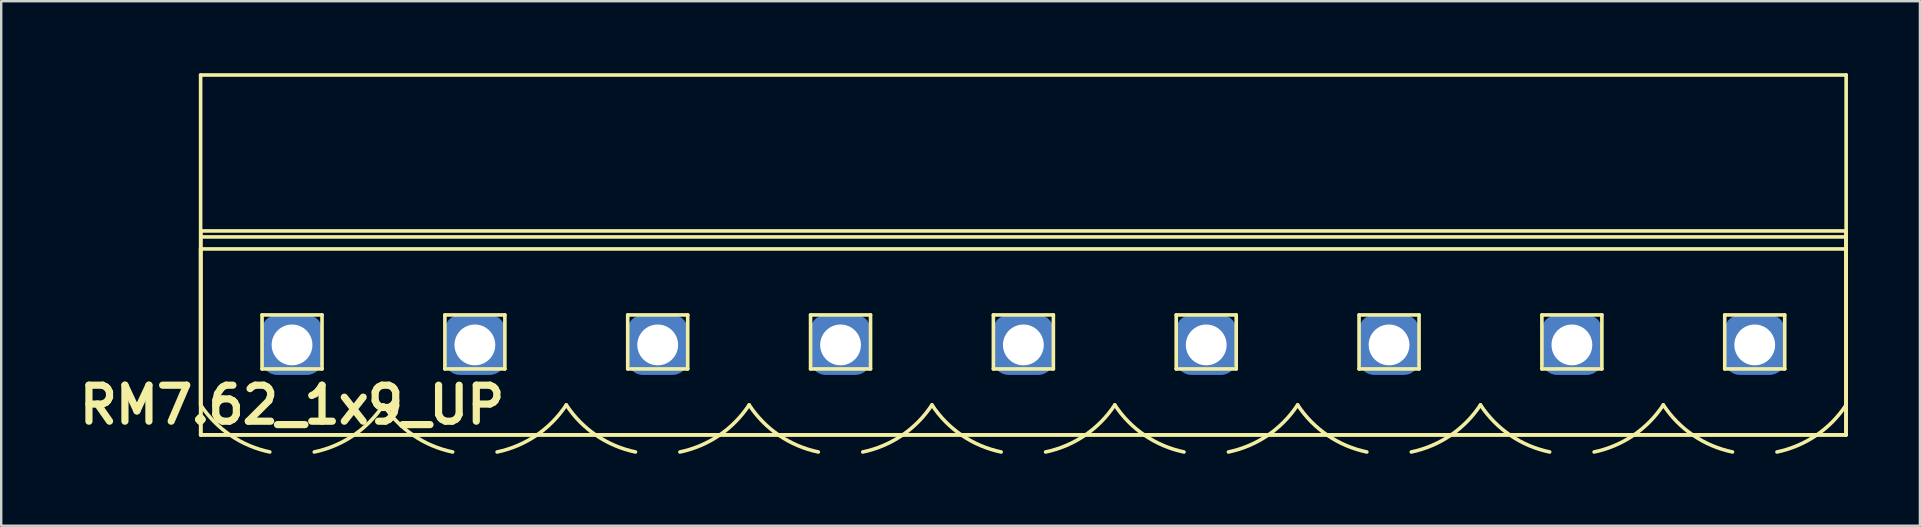
<source format=kicad_pcb>
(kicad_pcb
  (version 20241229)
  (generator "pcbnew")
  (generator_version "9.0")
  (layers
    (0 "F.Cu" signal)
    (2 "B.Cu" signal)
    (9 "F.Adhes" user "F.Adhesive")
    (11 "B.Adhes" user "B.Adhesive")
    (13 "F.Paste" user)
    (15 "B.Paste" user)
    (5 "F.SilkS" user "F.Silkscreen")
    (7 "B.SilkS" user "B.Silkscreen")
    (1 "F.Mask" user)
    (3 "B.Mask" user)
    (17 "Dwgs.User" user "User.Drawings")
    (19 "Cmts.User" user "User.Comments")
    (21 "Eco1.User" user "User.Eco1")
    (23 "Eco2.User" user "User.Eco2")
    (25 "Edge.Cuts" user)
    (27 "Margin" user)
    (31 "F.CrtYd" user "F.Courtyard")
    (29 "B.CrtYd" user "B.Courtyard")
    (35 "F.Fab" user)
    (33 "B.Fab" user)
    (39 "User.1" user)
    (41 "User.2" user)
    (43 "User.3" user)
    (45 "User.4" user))
  (footprint "RM7.62_1x9_UP"
    (layer "F.Cu")
    (at 9.121 11.325)
    (property "Reference" "RM7.62_1x9_UP" (at 0 2.5 0) (layer "F.SilkS") (effects (font (size 1.5 1.5) (thickness 0.3))))
    (attr through_hole)
    (fp_line (start -3.81 -11.25) (end -3.81 3.75) (stroke (width 0.15) (type solid)) (layer "F.SilkS"))
    (fp_line (start -3.81 -4) (end -3.81 2.5) (stroke (width 0.15) (type solid)) (layer "F.SilkS"))
    (fp_line (start -3.81 -4) (end 64.77 -4) (stroke (width 0.15) (type solid)) (layer "F.SilkS"))
    (fp_line (start -3.81 3.75) (end 64.77 3.75) (stroke (width 0.15) (type solid)) (layer "F.SilkS"))
    (fp_line (start -3.8 -4.75) (end -3.8 3.75) (stroke (width 0.15) (type solid)) (layer "F.SilkS"))
    (fp_line (start -3.8 -4.5) (end 64.76 -4.5) (stroke (width 0.15) (type solid)) (layer "F.SilkS"))
    (fp_line (start -3.8 3.75) (end 64.76 3.75) (stroke (width 0.15) (type solid)) (layer "F.SilkS"))
    (fp_line (start -1.25 -1.25) (end -1.25 1) (stroke (width 0.15) (type solid)) (layer "F.SilkS"))
    (fp_line (start -1.25 1) (end 1.25 1) (stroke (width 0.15) (type solid)) (layer "F.SilkS"))
    (fp_line (start 1.25 -1.25) (end -1.25 -1.25) (stroke (width 0.15) (type solid)) (layer "F.SilkS"))
    (fp_line (start 1.25 1) (end 1.25 -1.25) (stroke (width 0.15) (type solid)) (layer "F.SilkS"))
    (fp_line (start 6.37 -1.25) (end 6.37 1) (stroke (width 0.15) (type solid)) (layer "F.SilkS"))
    (fp_line (start 6.37 1) (end 8.87 1) (stroke (width 0.15) (type solid)) (layer "F.SilkS"))
    (fp_line (start 8.87 -1.25) (end 6.37 -1.25) (stroke (width 0.15) (type solid)) (layer "F.SilkS"))
    (fp_line (start 8.87 1) (end 8.87 -1.25) (stroke (width 0.15) (type solid)) (layer "F.SilkS"))
    (fp_line (start 13.99 -1.25) (end 13.99 1) (stroke (width 0.15) (type solid)) (layer "F.SilkS"))
    (fp_line (start 13.99 1) (end 16.49 1) (stroke (width 0.15) (type solid)) (layer "F.SilkS"))
    (fp_line (start 16.49 -1.25) (end 13.99 -1.25) (stroke (width 0.15) (type solid)) (layer "F.SilkS"))
    (fp_line (start 16.49 1) (end 16.49 -1.25) (stroke (width 0.15) (type solid)) (layer "F.SilkS"))
    (fp_line (start 21.61 -1.25) (end 21.61 1) (stroke (width 0.15) (type solid)) (layer "F.SilkS"))
    (fp_line (start 21.61 1) (end 24.11 1) (stroke (width 0.15) (type solid)) (layer "F.SilkS"))
    (fp_line (start 24.11 -1.25) (end 21.61 -1.25) (stroke (width 0.15) (type solid)) (layer "F.SilkS"))
    (fp_line (start 24.11 1) (end 24.11 -1.25) (stroke (width 0.15) (type solid)) (layer "F.SilkS"))
    (fp_line (start 29.23 -1.25) (end 29.23 1) (stroke (width 0.15) (type solid)) (layer "F.SilkS"))
    (fp_line (start 29.23 1) (end 31.73 1) (stroke (width 0.15) (type solid)) (layer "F.SilkS"))
    (fp_line (start 31.73 -1.25) (end 29.23 -1.25) (stroke (width 0.15) (type solid)) (layer "F.SilkS"))
    (fp_line (start 31.73 1) (end 31.73 -1.25) (stroke (width 0.15) (type solid)) (layer "F.SilkS"))
    (fp_line (start 36.85 -1.25) (end 36.85 1) (stroke (width 0.15) (type solid)) (layer "F.SilkS"))
    (fp_line (start 36.85 1) (end 39.35 1) (stroke (width 0.15) (type solid)) (layer "F.SilkS"))
    (fp_line (start 39.35 -1.25) (end 36.85 -1.25) (stroke (width 0.15) (type solid)) (layer "F.SilkS"))
    (fp_line (start 39.35 1) (end 39.35 -1.25) (stroke (width 0.15) (type solid)) (layer "F.SilkS"))
    (fp_line (start 44.47 -1.25) (end 44.47 1) (stroke (width 0.15) (type solid)) (layer "F.SilkS"))
    (fp_line (start 44.47 1) (end 46.97 1) (stroke (width 0.15) (type solid)) (layer "F.SilkS"))
    (fp_line (start 46.97 -1.25) (end 44.47 -1.25) (stroke (width 0.15) (type solid)) (layer "F.SilkS"))
    (fp_line (start 46.97 1) (end 46.97 -1.25) (stroke (width 0.15) (type solid)) (layer "F.SilkS"))
    (fp_line (start 52.09 -1.25) (end 52.09 1) (stroke (width 0.15) (type solid)) (layer "F.SilkS"))
    (fp_line (start 52.09 1) (end 54.59 1) (stroke (width 0.15) (type solid)) (layer "F.SilkS"))
    (fp_line (start 54.59 -1.25) (end 52.09 -1.25) (stroke (width 0.15) (type solid)) (layer "F.SilkS"))
    (fp_line (start 54.59 1) (end 54.59 -1.25) (stroke (width 0.15) (type solid)) (layer "F.SilkS"))
    (fp_line (start 59.71 -1.25) (end 59.71 1) (stroke (width 0.15) (type solid)) (layer "F.SilkS"))
    (fp_line (start 59.71 1) (end 62.21 1) (stroke (width 0.15) (type solid)) (layer "F.SilkS"))
    (fp_line (start 62.21 -1.25) (end 59.71 -1.25) (stroke (width 0.15) (type solid)) (layer "F.SilkS"))
    (fp_line (start 62.21 1) (end 62.21 -1.25) (stroke (width 0.15) (type solid)) (layer "F.SilkS"))
    (fp_line (start 64.76 -4.75) (end -3.8 -4.75) (stroke (width 0.15) (type solid)) (layer "F.SilkS"))
    (fp_line (start 64.76 3.75) (end 64.76 -4.75) (stroke (width 0.15) (type solid)) (layer "F.SilkS"))
    (fp_line (start 64.77 -11.25) (end -3.81 -11.25) (stroke (width 0.15) (type solid)) (layer "F.SilkS"))
    (fp_line (start 64.77 -4) (end 64.77 2.5) (stroke (width 0.15) (type solid)) (layer "F.SilkS"))
    (fp_line (start 64.77 3.75) (end 64.77 -11.25) (stroke (width 0.15) (type solid)) (layer "F.SilkS"))
    (fp_arc (start -0.92631 4.461844) (mid -2.563273 3.767723) (end -3.81 2.5) (stroke (width 0.15) (type solid)) (layer "F.SilkS"))
    (fp_arc (start 3.81 2.5) (mid 2.563272 3.767723) (end 0.92631 4.461844) (stroke (width 0.15) (type solid)) (layer "F.SilkS"))
    (fp_arc (start 6.69369 4.461844) (mid 5.056727 3.767723) (end 3.81 2.5) (stroke (width 0.15) (type solid)) (layer "F.SilkS"))
    (fp_arc (start 11.43 2.5) (mid 10.183272 3.767723) (end 8.54631 4.461844) (stroke (width 0.15) (type solid)) (layer "F.SilkS"))
    (fp_arc (start 14.31369 4.461844) (mid 12.676727 3.767723) (end 11.43 2.5) (stroke (width 0.15) (type solid)) (layer "F.SilkS"))
    (fp_arc (start 19.05 2.5) (mid 17.803272 3.767723) (end 16.16631 4.461844) (stroke (width 0.15) (type solid)) (layer "F.SilkS"))
    (fp_arc (start 21.93369 4.461844) (mid 20.296727 3.767723) (end 19.05 2.5) (stroke (width 0.15) (type solid)) (layer "F.SilkS"))
    (fp_arc (start 26.67 2.5) (mid 25.423272 3.767723) (end 23.78631 4.461844) (stroke (width 0.15) (type solid)) (layer "F.SilkS"))
    (fp_arc (start 29.55369 4.461844) (mid 27.916727 3.767723) (end 26.67 2.5) (stroke (width 0.15) (type solid)) (layer "F.SilkS"))
    (fp_arc (start 34.29 2.5) (mid 33.043272 3.767723) (end 31.40631 4.461844) (stroke (width 0.15) (type solid)) (layer "F.SilkS"))
    (fp_arc (start 37.17369 4.461844) (mid 35.536727 3.767723) (end 34.29 2.5) (stroke (width 0.15) (type solid)) (layer "F.SilkS"))
    (fp_arc (start 41.91 2.5) (mid 40.663272 3.767723) (end 39.02631 4.461844) (stroke (width 0.15) (type solid)) (layer "F.SilkS"))
    (fp_arc (start 44.79369 4.461844) (mid 43.156727 3.767723) (end 41.91 2.5) (stroke (width 0.15) (type solid)) (layer "F.SilkS"))
    (fp_arc (start 49.53 2.5) (mid 48.283272 3.767723) (end 46.64631 4.461844) (stroke (width 0.15) (type solid)) (layer "F.SilkS"))
    (fp_arc (start 52.41369 4.461844) (mid 50.776727 3.767723) (end 49.53 2.5) (stroke (width 0.15) (type solid)) (layer "F.SilkS"))
    (fp_arc (start 57.15 2.5) (mid 55.903272 3.767723) (end 54.26631 4.461844) (stroke (width 0.15) (type solid)) (layer "F.SilkS"))
    (fp_arc (start 60.03369 4.461844) (mid 58.396727 3.767723) (end 57.15 2.5) (stroke (width 0.15) (type solid)) (layer "F.SilkS"))
    (fp_arc (start 64.77 2.5) (mid 63.523272 3.767723) (end 61.88631 4.461844) (stroke (width 0.15) (type solid)) (layer "F.SilkS"))
    (pad "1" thru_hole circle (at 0 0) (size 2 2) (drill 1.7) (layers "*.Cu" "*.Mask"))
    (pad "1" smd roundrect (at 0 0) (size 2.5 2.5) (layers "B.Cu" "B.Mask") (roundrect_rratio 0.25))
    (pad "2" thru_hole circle (at 7.62 0) (size 2 2) (drill 1.7) (layers "*.Cu" "*.Mask"))
    (pad "2" smd roundrect (at 7.62 0) (size 2.5 2.5) (layers "B.Cu" "B.Mask") (roundrect_rratio 0.25))
    (pad "3" thru_hole circle (at 15.24 0) (size 2 2) (drill 1.7) (layers "*.Cu" "*.Mask"))
    (pad "3" smd roundrect (at 15.24 0) (size 2.5 2.5) (layers "B.Cu" "B.Mask") (roundrect_rratio 0.25))
    (pad "4" thru_hole circle (at 22.86 0) (size 2 2) (drill 1.7) (layers "*.Cu" "*.Mask"))
    (pad "4" smd roundrect (at 22.86 0) (size 2.5 2.5) (layers "B.Cu" "B.Mask") (roundrect_rratio 0.25))
    (pad "5" thru_hole circle (at 30.48 0) (size 2 2) (drill 1.7) (layers "*.Cu" "*.Mask"))
    (pad "5" smd roundrect (at 30.48 0) (size 2.5 2.5) (layers "B.Cu" "B.Mask") (roundrect_rratio 0.25))
    (pad "6" thru_hole circle (at 38.1 0) (size 2 2) (drill 1.7) (layers "*.Cu" "*.Mask"))
    (pad "6" smd roundrect (at 38.1 0) (size 2.5 2.5) (layers "B.Cu" "B.Mask") (roundrect_rratio 0.25))
    (pad "7" thru_hole circle (at 45.72 0) (size 2 2) (drill 1.7) (layers "*.Cu" "*.Mask"))
    (pad "7" smd roundrect (at 45.72 0) (size 2.5 2.5) (layers "B.Cu" "B.Mask") (roundrect_rratio 0.25))
    (pad "8" thru_hole circle (at 53.34 0) (size 2 2) (drill 1.7) (layers "*.Cu" "*.Mask"))
    (pad "8" smd roundrect (at 53.34 0) (size 2.5 2.5) (layers "B.Cu" "B.Mask") (roundrect_rratio 0.25))
    (pad "9" thru_hole circle (at 60.96 0) (size 2 2) (drill 1.7) (layers "*.Cu" "*.Mask"))
    (pad "9" smd roundrect (at 60.96 0) (size 2.5 2.5) (layers "B.Cu" "B.Mask") (roundrect_rratio 0.25)))
  (gr_rect
    (start -3 -3)
    (end 76.966 18.862)
    (stroke (width 0.1) (type default))
    (fill no)
    (layer "Edge.Cuts")))
</source>
